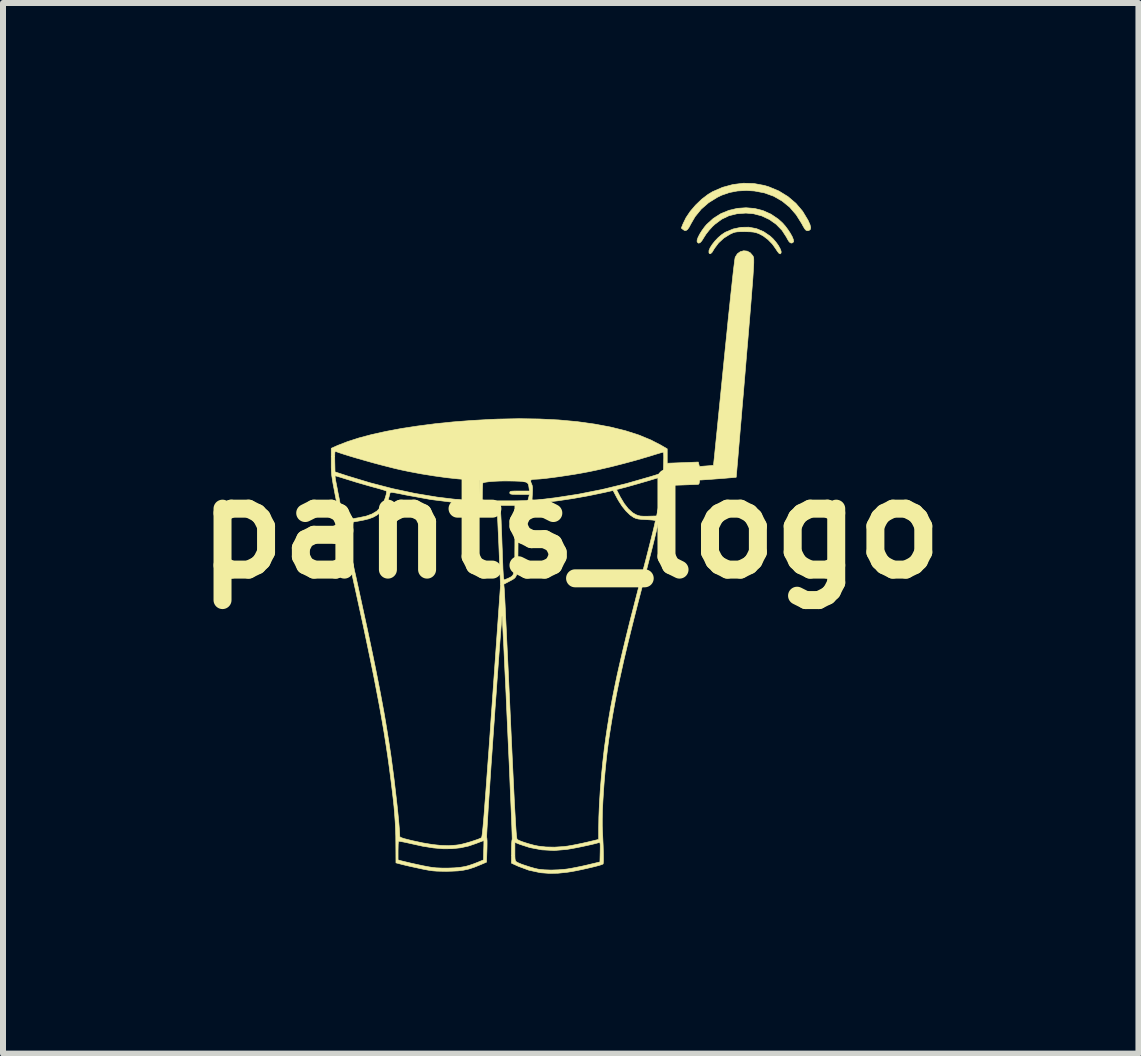
<source format=kicad_pcb>
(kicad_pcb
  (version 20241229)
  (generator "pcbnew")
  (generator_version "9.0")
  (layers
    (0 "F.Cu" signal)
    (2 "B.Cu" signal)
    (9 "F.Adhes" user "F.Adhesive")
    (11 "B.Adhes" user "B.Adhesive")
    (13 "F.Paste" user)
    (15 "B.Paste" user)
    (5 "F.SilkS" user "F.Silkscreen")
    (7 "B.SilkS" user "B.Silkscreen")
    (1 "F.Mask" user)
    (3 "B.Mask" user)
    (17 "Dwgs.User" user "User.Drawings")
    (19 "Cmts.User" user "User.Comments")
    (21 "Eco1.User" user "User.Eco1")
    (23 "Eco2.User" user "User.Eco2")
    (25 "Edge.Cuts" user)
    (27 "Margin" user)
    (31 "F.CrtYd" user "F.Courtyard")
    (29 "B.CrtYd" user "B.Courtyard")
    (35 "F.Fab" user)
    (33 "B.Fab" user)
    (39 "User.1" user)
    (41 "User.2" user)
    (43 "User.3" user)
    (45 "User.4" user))
  (footprint "pants_logo"
    (layer "F.Cu")
    (at 6.466 5.758)
    (property "Reference" "pants_logo" (at 0 0 0) (layer "F.SilkS") (effects (font (size 1.524 1.524) (thickness 0.3))))
    (attr through_hole)
    (fp_poly (pts (xy 3.096 -4.996) (xy 3.215 -4.946) (xy 3.324 -4.872) (xy 3.372 -4.828) (xy 3.42 -4.773) (xy 3.461 -4.717) (xy 3.491 -4.663) (xy 3.508 -4.619) (xy 3.508 -4.591) (xy 3.494 -4.575) (xy 3.474 -4.583) (xy 3.446 -4.617) (xy 3.419 -4.659) (xy 3.362 -4.739) (xy 3.289 -4.814) (xy 3.208 -4.875) (xy 3.136 -4.913) (xy 3.092 -4.928) (xy 3.048 -4.938) (xy 2.996 -4.943) (xy 2.926 -4.945) (xy 2.9 -4.946) (xy 2.83 -4.945) (xy 2.78 -4.943) (xy 2.741 -4.937) (xy 2.706 -4.926) (xy 2.667 -4.908) (xy 2.651 -4.9) (xy 2.552 -4.838) (xy 2.465 -4.758) (xy 2.396 -4.666) (xy 2.387 -4.651) (xy 2.356 -4.6) (xy 2.331 -4.577) (xy 2.313 -4.58) (xy 2.305 -4.593) (xy 2.305 -4.629) (xy 2.324 -4.676) (xy 2.359 -4.731) (xy 2.405 -4.789) (xy 2.459 -4.846) (xy 2.517 -4.895) (xy 2.575 -4.934) (xy 2.579 -4.936) (xy 2.708 -4.99) (xy 2.839 -5.018) (xy 2.969 -5.02) (xy 3.096 -4.996)) (stroke (width 0.01) (type solid)) (fill yes) (layer "F.SilkS"))
    (fp_poly (pts (xy 3.067 -5.332) (xy 3.207 -5.296) (xy 3.339 -5.237) (xy 3.461 -5.154) (xy 3.529 -5.093) (xy 3.576 -5.04) (xy 3.621 -4.98) (xy 3.661 -4.919) (xy 3.693 -4.862) (xy 3.712 -4.814) (xy 3.717 -4.781) (xy 3.716 -4.776) (xy 3.697 -4.759) (xy 3.678 -4.755) (xy 3.658 -4.762) (xy 3.636 -4.785) (xy 3.61 -4.829) (xy 3.599 -4.851) (xy 3.523 -4.968) (xy 3.426 -5.068) (xy 3.313 -5.148) (xy 3.186 -5.208) (xy 3.049 -5.244) (xy 2.921 -5.255) (xy 2.772 -5.244) (xy 2.638 -5.211) (xy 2.517 -5.153) (xy 2.404 -5.069) (xy 2.363 -5.031) (xy 2.307 -4.969) (xy 2.256 -4.904) (xy 2.219 -4.846) (xy 2.218 -4.844) (xy 2.184 -4.79) (xy 2.154 -4.759) (xy 2.128 -4.754) (xy 2.109 -4.774) (xy 2.107 -4.779) (xy 2.108 -4.807) (xy 2.124 -4.852) (xy 2.152 -4.906) (xy 2.189 -4.965) (xy 2.231 -5.023) (xy 2.267 -5.066) (xy 2.379 -5.167) (xy 2.504 -5.246) (xy 2.639 -5.301) (xy 2.779 -5.334) (xy 2.923 -5.344) (xy 3.067 -5.332)) (stroke (width 0.01) (type solid)) (fill yes) (layer "F.SilkS"))
    (fp_poly (pts (xy 3.055 -5.748) (xy 3.228 -5.716) (xy 3.301 -5.694) (xy 3.471 -5.623) (xy 3.622 -5.53) (xy 3.754 -5.418) (xy 3.866 -5.286) (xy 3.957 -5.135) (xy 3.96 -5.128) (xy 3.99 -5.061) (xy 4.001 -5.012) (xy 3.994 -4.981) (xy 3.97 -4.964) (xy 3.968 -4.964) (xy 3.944 -4.961) (xy 3.923 -4.969) (xy 3.902 -4.992) (xy 3.876 -5.035) (xy 3.853 -5.078) (xy 3.761 -5.225) (xy 3.652 -5.352) (xy 3.526 -5.455) (xy 3.385 -5.536) (xy 3.23 -5.592) (xy 3.062 -5.624) (xy 2.928 -5.632) (xy 2.78 -5.624) (xy 2.646 -5.598) (xy 2.518 -5.554) (xy 2.444 -5.518) (xy 2.299 -5.428) (xy 2.176 -5.321) (xy 2.074 -5.196) (xy 2.008 -5.083) (xy 1.974 -5.019) (xy 1.946 -4.98) (xy 1.921 -4.964) (xy 1.896 -4.966) (xy 1.876 -4.979) (xy 1.844 -5.005) (xy 1.871 -5.073) (xy 1.922 -5.178) (xy 1.994 -5.285) (xy 2.083 -5.389) (xy 2.183 -5.485) (xy 2.289 -5.566) (xy 2.365 -5.612) (xy 2.531 -5.684) (xy 2.703 -5.731) (xy 2.879 -5.753) (xy 3.055 -5.748)) (stroke (width 0.01) (type solid)) (fill yes) (layer "F.SilkS"))
    (fp_poly (pts (xy 2.942 -4.621) (xy 2.994 -4.593) (xy 3.036 -4.544) (xy 3.043 -4.531) (xy 3.046 -4.523) (xy 3.049 -4.513) (xy 3.051 -4.5) (xy 3.052 -4.481) (xy 3.052 -4.456) (xy 3.052 -4.423) (xy 3.05 -4.381) (xy 3.047 -4.328) (xy 3.043 -4.262) (xy 3.038 -4.183) (xy 3.031 -4.089) (xy 3.022 -3.978) (xy 3.012 -3.848) (xy 3 -3.699) (xy 2.986 -3.529) (xy 2.97 -3.337) (xy 2.952 -3.12) (xy 2.931 -2.878) (xy 2.914 -2.668) (xy 2.895 -2.444) (xy 2.877 -2.229) (xy 2.859 -2.023) (xy 2.843 -1.828) (xy 2.827 -1.646) (xy 2.813 -1.478) (xy 2.8 -1.327) (xy 2.789 -1.193) (xy 2.779 -1.079) (xy 2.771 -0.986) (xy 2.765 -0.916) (xy 2.761 -0.87) (xy 2.759 -0.851) (xy 2.759 -0.85) (xy 2.745 -0.849) (xy 2.708 -0.845) (xy 2.653 -0.841) (xy 2.585 -0.835) (xy 2.508 -0.829) (xy 2.428 -0.823) (xy 2.35 -0.817) (xy 2.279 -0.812) (xy 2.219 -0.808) (xy 2.176 -0.805) (xy 2.155 -0.805) (xy 2.148 -0.792) (xy 2.145 -0.769) (xy 2.139 -0.742) (xy 2.127 -0.732) (xy 2.108 -0.731) (xy 2.065 -0.729) (xy 2.004 -0.727) (xy 1.929 -0.724) (xy 1.85 -0.721) (xy 1.59 -0.713) (xy 1.544 -0.48) (xy 1.526 -0.387) (xy 1.507 -0.297) (xy 1.487 -0.206) (xy 1.465 -0.11) (xy 1.441 -0.008) (xy 1.414 0.103) (xy 1.384 0.227) (xy 1.349 0.367) (xy 1.308 0.524) (xy 1.262 0.703) (xy 1.209 0.906) (xy 1.205 0.924) (xy 1.127 1.223) (xy 1.057 1.498) (xy 0.994 1.75) (xy 0.937 1.984) (xy 0.886 2.2) (xy 0.841 2.403) (xy 0.799 2.594) (xy 0.762 2.776) (xy 0.729 2.951) (xy 0.698 3.123) (xy 0.67 3.293) (xy 0.643 3.465) (xy 0.635 3.519) (xy 0.614 3.678) (xy 0.594 3.848) (xy 0.576 4.024) (xy 0.56 4.202) (xy 0.547 4.378) (xy 0.537 4.546) (xy 0.529 4.703) (xy 0.526 4.844) (xy 0.526 4.964) (xy 0.528 5.024) (xy 0.535 5.168) (xy 0.541 5.295) (xy 0.544 5.402) (xy 0.545 5.487) (xy 0.545 5.55) (xy 0.542 5.587) (xy 0.54 5.597) (xy 0.522 5.606) (xy 0.482 5.619) (xy 0.423 5.635) (xy 0.35 5.653) (xy 0.269 5.672) (xy 0.183 5.691) (xy 0.098 5.709) (xy 0.018 5.724) (xy -0.052 5.735) (xy -0.06 5.736) (xy -0.213 5.752) (xy -0.362 5.754) (xy -0.497 5.744) (xy -0.511 5.742) (xy -0.699 5.701) (xy -0.877 5.635) (xy -0.878 5.634) (xy -0.988 5.584) (xy -0.988 5.391) (xy -0.931 5.391) (xy -0.931 5.459) (xy -0.929 5.505) (xy -0.925 5.533) (xy -0.917 5.551) (xy -0.905 5.562) (xy -0.9 5.566) (xy -0.866 5.582) (xy -0.813 5.604) (xy -0.747 5.626) (xy -0.676 5.649) (xy -0.609 5.668) (xy -0.551 5.682) (xy -0.535 5.685) (xy -0.44 5.695) (xy -0.328 5.699) (xy -0.208 5.695) (xy -0.091 5.685) (xy -0.051 5.68) (xy 0.019 5.668) (xy 0.106 5.651) (xy 0.198 5.632) (xy 0.286 5.612) (xy 0.289 5.611) (xy 0.487 5.564) (xy 0.491 5.398) (xy 0.492 5.328) (xy 0.492 5.281) (xy 0.489 5.254) (xy 0.484 5.242) (xy 0.475 5.239) (xy 0.47 5.241) (xy 0.416 5.256) (xy 0.343 5.274) (xy 0.256 5.293) (xy 0.163 5.313) (xy 0.072 5.331) (xy -0.011 5.346) (xy -0.071 5.356) (xy -0.278 5.373) (xy -0.482 5.362) (xy -0.682 5.324) (xy -0.846 5.271) (xy -0.931 5.237) (xy -0.931 5.391) (xy -0.988 5.391) (xy -0.988 5.39) (xy -0.987 5.319) (xy -0.985 5.259) (xy -0.982 5.215) (xy -0.978 5.192) (xy -0.977 5.191) (xy -0.976 5.176) (xy -0.977 5.136) (xy -0.979 5.071) (xy -0.982 4.985) (xy -0.986 4.878) (xy -0.991 4.753) (xy -0.997 4.611) (xy -1.004 4.456) (xy -1.011 4.288) (xy -1.018 4.111) (xy -1.026 3.925) (xy -1.035 3.733) (xy -1.044 3.537) (xy -1.053 3.338) (xy -1.062 3.14) (xy -1.071 2.943) (xy -1.079 2.751) (xy -1.088 2.564) (xy -1.097 2.385) (xy -1.105 2.216) (xy -1.112 2.059) (xy -1.119 1.916) (xy -1.126 1.788) (xy -1.131 1.679) (xy -1.136 1.589) (xy -1.14 1.522) (xy -1.143 1.478) (xy -1.145 1.461) (xy -1.147 1.471) (xy -1.15 1.508) (xy -1.155 1.57) (xy -1.162 1.656) (xy -1.17 1.763) (xy -1.18 1.89) (xy -1.191 2.035) (xy -1.203 2.198) (xy -1.216 2.375) (xy -1.23 2.567) (xy -1.244 2.77) (xy -1.26 2.984) (xy -1.275 3.207) (xy -1.281 3.287) (xy -1.297 3.514) (xy -1.312 3.732) (xy -1.327 3.941) (xy -1.34 4.139) (xy -1.352 4.324) (xy -1.364 4.495) (xy -1.374 4.65) (xy -1.382 4.787) (xy -1.389 4.905) (xy -1.395 5.002) (xy -1.399 5.076) (xy -1.401 5.126) (xy -1.401 5.15) (xy -1.401 5.152) (xy -1.398 5.169) (xy -1.395 5.21) (xy -1.395 5.267) (xy -1.396 5.337) (xy -1.397 5.365) (xy -1.404 5.567) (xy -1.512 5.613) (xy -1.611 5.653) (xy -1.7 5.682) (xy -1.787 5.701) (xy -1.88 5.713) (xy -1.987 5.718) (xy -2.067 5.72) (xy -2.16 5.719) (xy -2.234 5.717) (xy -2.299 5.712) (xy -2.364 5.703) (xy -2.439 5.689) (xy -2.505 5.675) (xy -2.588 5.657) (xy -2.671 5.639) (xy -2.745 5.622) (xy -2.802 5.608) (xy -2.815 5.605) (xy -2.914 5.579) (xy -2.915 5.378) (xy -2.879 5.378) (xy -2.879 5.53) (xy -2.825 5.545) (xy -2.755 5.562) (xy -2.667 5.583) (xy -2.571 5.604) (xy -2.474 5.625) (xy -2.387 5.642) (xy -2.328 5.652) (xy -2.245 5.662) (xy -2.146 5.666) (xy -2.04 5.666) (xy -1.934 5.662) (xy -1.839 5.653) (xy -1.761 5.64) (xy -1.752 5.638) (xy -1.692 5.621) (xy -1.622 5.597) (xy -1.559 5.573) (xy -1.455 5.53) (xy -1.451 5.372) (xy -1.449 5.308) (xy -1.448 5.256) (xy -1.448 5.221) (xy -1.449 5.209) (xy -1.462 5.212) (xy -1.495 5.224) (xy -1.543 5.242) (xy -1.576 5.255) (xy -1.705 5.299) (xy -1.838 5.328) (xy -1.977 5.343) (xy -2.126 5.344) (xy -2.289 5.33) (xy -2.47 5.301) (xy -2.67 5.257) (xy -2.74 5.241) (xy -2.8 5.229) (xy -2.845 5.221) (xy -2.869 5.218) (xy -2.871 5.219) (xy -2.874 5.235) (xy -2.877 5.273) (xy -2.878 5.327) (xy -2.879 5.378) (xy -2.915 5.378) (xy -2.916 5.255) (xy -2.917 5.131) (xy -2.921 5.012) (xy -2.927 4.893) (xy -2.936 4.77) (xy -2.947 4.637) (xy -2.963 4.489) (xy -2.983 4.322) (xy -3 4.184) (xy -3.025 3.99) (xy -3.052 3.795) (xy -3.082 3.598) (xy -3.114 3.395) (xy -3.15 3.185) (xy -3.189 2.966) (xy -3.233 2.735) (xy -3.28 2.49) (xy -3.333 2.229) (xy -3.391 1.95) (xy -3.454 1.65) (xy -3.524 1.328) (xy -3.6 0.981) (xy -3.614 0.919) (xy -3.651 0.748) (xy -3.69 0.572) (xy -3.728 0.395) (xy -3.765 0.222) (xy -3.801 0.057) (xy -3.829 -0.075) (xy -3.766 -0.075) (xy -3.766 -0.061) (xy -3.762 -0.037) (xy -3.756 -0.002) (xy -3.747 0.046) (xy -3.734 0.109) (xy -3.717 0.189) (xy -3.696 0.288) (xy -3.67 0.408) (xy -3.638 0.551) (xy -3.602 0.718) (xy -3.584 0.797) (xy -3.515 1.112) (xy -3.452 1.402) (xy -3.394 1.668) (xy -3.342 1.914) (xy -3.294 2.142) (xy -3.251 2.353) (xy -3.212 2.55) (xy -3.176 2.735) (xy -3.143 2.911) (xy -3.112 3.079) (xy -3.084 3.242) (xy -3.058 3.402) (xy -3.032 3.562) (xy -3.008 3.723) (xy -3 3.775) (xy -2.983 3.9) (xy -2.965 4.035) (xy -2.946 4.178) (xy -2.929 4.324) (xy -2.912 4.469) (xy -2.896 4.61) (xy -2.882 4.743) (xy -2.87 4.864) (xy -2.861 4.97) (xy -2.854 5.057) (xy -2.851 5.12) (xy -2.851 5.138) (xy -2.844 5.148) (xy -2.821 5.16) (xy -2.78 5.174) (xy -2.717 5.19) (xy -2.65 5.207) (xy -2.468 5.246) (xy -2.308 5.273) (xy -2.166 5.288) (xy -2.037 5.292) (xy -1.919 5.284) (xy -1.863 5.277) (xy -1.81 5.266) (xy -1.745 5.249) (xy -1.675 5.229) (xy -1.608 5.207) (xy -1.549 5.187) (xy -1.506 5.169) (xy -1.489 5.16) (xy -1.486 5.154) (xy -1.482 5.14) (xy -1.478 5.118) (xy -1.474 5.085) (xy -1.469 5.04) (xy -1.463 4.983) (xy -1.457 4.912) (xy -1.449 4.826) (xy -1.441 4.723) (xy -1.432 4.602) (xy -1.421 4.463) (xy -1.409 4.303) (xy -1.396 4.121) (xy -1.381 3.917) (xy -1.364 3.689) (xy -1.346 3.436) (xy -1.327 3.157) (xy -1.319 3.049) (xy -1.171 0.954) (xy -1.172 0.933) (xy -1.116 0.933) (xy -1.108 1.014) (xy -1.107 1.037) (xy -1.104 1.087) (xy -1.1 1.161) (xy -1.095 1.259) (xy -1.089 1.379) (xy -1.083 1.519) (xy -1.075 1.676) (xy -1.067 1.851) (xy -1.058 2.04) (xy -1.048 2.243) (xy -1.038 2.457) (xy -1.028 2.681) (xy -1.017 2.914) (xy -1.007 3.133) (xy -0.994 3.418) (xy -0.982 3.676) (xy -0.971 3.909) (xy -0.961 4.118) (xy -0.952 4.303) (xy -0.944 4.467) (xy -0.937 4.609) (xy -0.93 4.733) (xy -0.924 4.839) (xy -0.919 4.928) (xy -0.914 5.001) (xy -0.91 5.06) (xy -0.906 5.107) (xy -0.902 5.141) (xy -0.899 5.166) (xy -0.896 5.181) (xy -0.893 5.188) (xy -0.892 5.189) (xy -0.864 5.204) (xy -0.815 5.224) (xy -0.752 5.245) (xy -0.682 5.266) (xy -0.612 5.285) (xy -0.549 5.298) (xy -0.546 5.299) (xy -0.416 5.314) (xy -0.271 5.317) (xy -0.121 5.308) (xy -0.05 5.299) (xy 0.02 5.287) (xy 0.107 5.27) (xy 0.198 5.251) (xy 0.278 5.233) (xy 0.466 5.188) (xy 0.466 5.01) (xy 0.469 4.817) (xy 0.478 4.602) (xy 0.492 4.374) (xy 0.511 4.138) (xy 0.534 3.901) (xy 0.56 3.671) (xy 0.586 3.482) (xy 0.611 3.314) (xy 0.638 3.147) (xy 0.667 2.979) (xy 0.7 2.807) (xy 0.736 2.629) (xy 0.775 2.442) (xy 0.82 2.244) (xy 0.869 2.033) (xy 0.924 1.805) (xy 0.985 1.558) (xy 1.054 1.289) (xy 1.129 0.997) (xy 1.15 0.917) (xy 1.204 0.708) (xy 1.253 0.521) (xy 1.295 0.356) (xy 1.331 0.214) (xy 1.361 0.095) (xy 1.384 0.001) (xy 1.4 -0.068) (xy 1.409 -0.111) (xy 1.411 -0.126) (xy 1.398 -0.132) (xy 1.362 -0.137) (xy 1.31 -0.141) (xy 1.259 -0.144) (xy 1.183 -0.148) (xy 1.127 -0.154) (xy 1.085 -0.165) (xy 1.05 -0.18) (xy 1.05 -0.18) (xy 0.989 -0.222) (xy 0.923 -0.286) (xy 0.858 -0.366) (xy 0.799 -0.457) (xy 0.773 -0.503) (xy 0.706 -0.63) (xy 0.561 -0.597) (xy 0.306 -0.544) (xy 0.039 -0.496) (xy -0.228 -0.456) (xy -0.483 -0.426) (xy -0.508 -0.424) (xy -0.585 -0.416) (xy -0.667 -0.406) (xy -0.739 -0.397) (xy -0.765 -0.394) (xy -0.874 -0.378) (xy -0.878 0.191) (xy -0.879 0.339) (xy -0.88 0.461) (xy -0.881 0.56) (xy -0.884 0.64) (xy -0.889 0.702) (xy -0.896 0.75) (xy -0.906 0.786) (xy -0.919 0.812) (xy -0.937 0.833) (xy -0.959 0.849) (xy -0.987 0.865) (xy -1.021 0.883) (xy -1.028 0.887) (xy -1.116 0.933) (xy -1.172 0.933) (xy -1.198 0.292) (xy -1.204 0.158) (xy -1.21 0.033) (xy -1.215 -0.081) (xy -1.22 -0.18) (xy -1.225 -0.262) (xy -1.229 -0.324) (xy -1.232 -0.364) (xy -1.234 -0.378) (xy -1.25 -0.381) (xy -1.175 -0.381) (xy -1.167 -0.243) (xy -1.164 -0.194) (xy -1.16 -0.122) (xy -1.157 -0.031) (xy -1.152 0.074) (xy -1.148 0.187) (xy -1.144 0.305) (xy -1.142 0.346) (xy -1.138 0.482) (xy -1.133 0.593) (xy -1.13 0.68) (xy -1.126 0.747) (xy -1.123 0.796) (xy -1.119 0.829) (xy -1.115 0.849) (xy -1.111 0.859) (xy -1.107 0.861) (xy -1.092 0.855) (xy -1.059 0.841) (xy -1.036 0.831) (xy -1.011 0.819) (xy -0.99 0.807) (xy -0.973 0.792) (xy -0.96 0.773) (xy -0.95 0.745) (xy -0.943 0.707) (xy -0.937 0.656) (xy -0.934 0.589) (xy -0.932 0.503) (xy -0.932 0.396) (xy -0.931 0.266) (xy -0.931 -0.381) (xy -1.175 -0.381) (xy -1.25 -0.381) (xy -1.25 -0.381) (xy -1.29 -0.385) (xy -1.348 -0.389) (xy -1.421 -0.394) (xy -1.499 -0.398) (xy -1.919 -0.427) (xy -2.332 -0.479) (xy -2.75 -0.555) (xy -2.794 -0.564) (xy -2.866 -0.579) (xy -2.928 -0.59) (xy -2.975 -0.598) (xy -3.002 -0.6) (xy -3.005 -0.6) (xy -3.014 -0.583) (xy -3.023 -0.549) (xy -3.025 -0.539) (xy -3.045 -0.468) (xy -3.082 -0.39) (xy -3.129 -0.317) (xy -3.18 -0.259) (xy -3.184 -0.255) (xy -3.236 -0.216) (xy -3.295 -0.184) (xy -3.368 -0.157) (xy -3.458 -0.135) (xy -3.57 -0.114) (xy -3.578 -0.113) (xy -3.645 -0.102) (xy -3.702 -0.093) (xy -3.743 -0.087) (xy -3.762 -0.085) (xy -3.762 -0.085) (xy -3.765 -0.083) (xy -3.766 -0.075) (xy -3.829 -0.075) (xy -3.833 -0.097) (xy -3.862 -0.234) (xy -3.886 -0.352) (xy -3.903 -0.433) (xy -3.928 -0.558) (xy -3.947 -0.659) (xy -3.963 -0.741) (xy -3.974 -0.809) (xy -3.982 -0.863) (xy -3.929 -0.863) (xy -3.926 -0.836) (xy -3.92 -0.799) (xy -3.909 -0.743) (xy -3.895 -0.672) (xy -3.88 -0.592) (xy -3.863 -0.507) (xy -3.846 -0.421) (xy -3.829 -0.339) (xy -3.815 -0.266) (xy -3.803 -0.206) (xy -3.794 -0.165) (xy -3.79 -0.146) (xy -3.79 -0.146) (xy -3.775 -0.136) (xy -3.738 -0.14) (xy -3.73 -0.142) (xy -3.692 -0.149) (xy -3.636 -0.159) (xy -3.571 -0.17) (xy -3.535 -0.176) (xy -3.412 -0.202) (xy -3.313 -0.238) (xy -3.234 -0.285) (xy -3.173 -0.347) (xy -3.13 -0.414) (xy -3.109 -0.461) (xy -3.091 -0.513) (xy -3.077 -0.562) (xy -3.07 -0.6) (xy -3.072 -0.621) (xy -3.073 -0.622) (xy -3.09 -0.628) (xy -3.128 -0.64) (xy -3.184 -0.657) (xy -3.252 -0.676) (xy -3.28 -0.683) (xy -3.369 -0.708) (xy -3.473 -0.738) (xy -3.58 -0.769) (xy -3.679 -0.8) (xy -3.699 -0.806) (xy -3.773 -0.829) (xy -3.837 -0.849) (xy -3.887 -0.864) (xy -3.918 -0.873) (xy -3.926 -0.875) (xy -3.929 -0.863) (xy -3.982 -0.863) (xy -3.983 -0.865) (xy -3.988 -0.915) (xy -3.991 -0.963) (xy -3.993 -1.012) (xy -3.993 -1.068) (xy -3.993 -1.11) (xy -3.993 -1.192) (xy -3.935 -1.192) (xy -3.934 -1.12) (xy -3.934 -1.114) (xy -3.93 -0.94) (xy -3.722 -0.872) (xy -3.349 -0.759) (xy -2.972 -0.661) (xy -2.598 -0.581) (xy -2.232 -0.52) (xy -1.968 -0.488) (xy -1.865 -0.477) (xy -1.785 -0.469) (xy -1.723 -0.463) (xy -1.674 -0.459) (xy -1.633 -0.456) (xy -1.595 -0.454) (xy -1.587 -0.454) (xy -1.531 -0.452) (xy -1.531 -0.473) (xy -1.475 -0.473) (xy -1.425 -0.464) (xy -1.398 -0.461) (xy -1.35 -0.459) (xy -1.285 -0.458) (xy -1.208 -0.457) (xy -1.123 -0.457) (xy -1.036 -0.457) (xy -0.95 -0.457) (xy -0.871 -0.458) (xy -0.804 -0.46) (xy -0.753 -0.462) (xy -0.722 -0.464) (xy -0.715 -0.466) (xy -0.708 -0.483) (xy -0.7 -0.516) (xy -0.699 -0.519) (xy -0.689 -0.564) (xy -0.853 -0.564) (xy -0.923 -0.565) (xy -0.969 -0.566) (xy -0.997 -0.57) (xy -1.011 -0.576) (xy -1.016 -0.586) (xy -1.016 -0.593) (xy -1.014 -0.605) (xy -1.006 -0.613) (xy -0.986 -0.618) (xy -0.951 -0.62) (xy -0.894 -0.621) (xy -0.852 -0.621) (xy -0.688 -0.621) (xy -0.696 -0.679) (xy -0.701 -0.714) (xy -0.71 -0.74) (xy -0.726 -0.758) (xy -0.752 -0.771) (xy -0.793 -0.779) (xy -0.813 -0.781) (xy -0.669 -0.781) (xy -0.656 -0.747) (xy -0.643 -0.716) (xy -0.637 -0.678) (xy -0.637 -0.627) (xy -0.639 -0.582) (xy -0.646 -0.463) (xy -0.559 -0.472) (xy -0.514 -0.477) (xy -0.448 -0.485) (xy -0.37 -0.495) (xy -0.286 -0.505) (xy -0.254 -0.509) (xy 0.128 -0.568) (xy 0.516 -0.645) (xy 0.763 -0.645) (xy 0.827 -0.52) (xy 0.891 -0.413) (xy 0.96 -0.325) (xy 1.032 -0.259) (xy 1.087 -0.227) (xy 1.122 -0.213) (xy 1.16 -0.204) (xy 1.208 -0.201) (xy 1.275 -0.201) (xy 1.291 -0.201) (xy 1.432 -0.205) (xy 1.491 -0.494) (xy 1.509 -0.583) (xy 1.525 -0.666) (xy 1.538 -0.737) (xy 1.547 -0.791) (xy 1.551 -0.823) (xy 1.551 -0.827) (xy 1.552 -0.871) (xy 1.309 -0.797) (xy 1.216 -0.77) (xy 1.12 -0.742) (xy 1.028 -0.716) (xy 0.95 -0.694) (xy 0.914 -0.684) (xy 0.763 -0.645) (xy 0.516 -0.645) (xy 0.523 -0.646) (xy 0.924 -0.744) (xy 1.328 -0.86) (xy 1.39 -0.879) (xy 1.545 -0.928) (xy 1.549 -1.101) (xy 1.551 -1.173) (xy 1.55 -1.221) (xy 1.548 -1.25) (xy 1.543 -1.264) (xy 1.535 -1.268) (xy 1.528 -1.266) (xy 1.507 -1.26) (xy 1.463 -1.247) (xy 1.403 -1.229) (xy 1.33 -1.206) (xy 1.266 -1.187) (xy 1.082 -1.133) (xy 0.882 -1.079) (xy 0.679 -1.027) (xy 0.485 -0.982) (xy 0.417 -0.967) (xy 0.307 -0.944) (xy 0.185 -0.921) (xy 0.058 -0.899) (xy -0.072 -0.879) (xy -0.198 -0.86) (xy -0.317 -0.844) (xy -0.423 -0.831) (xy -0.511 -0.822) (xy -0.578 -0.818) (xy -0.586 -0.818) (xy -0.637 -0.815) (xy -0.664 -0.803) (xy -0.669 -0.781) (xy -0.813 -0.781) (xy -0.852 -0.784) (xy -0.933 -0.787) (xy -1.001 -0.788) (xy -1.099 -0.789) (xy -1.194 -0.787) (xy -1.282 -0.783) (xy -1.357 -0.777) (xy -1.416 -0.769) (xy -1.454 -0.761) (xy -1.465 -0.755) (xy -1.468 -0.739) (xy -1.47 -0.702) (xy -1.472 -0.649) (xy -1.473 -0.611) (xy -1.475 -0.473) (xy -1.531 -0.473) (xy -1.525 -0.8) (xy -1.702 -0.81) (xy -1.877 -0.823) (xy -2.072 -0.844) (xy -2.279 -0.873) (xy -2.492 -0.907) (xy -2.704 -0.947) (xy -2.836 -0.975) (xy -2.936 -0.998) (xy -3.05 -1.027) (xy -3.175 -1.059) (xy -3.305 -1.094) (xy -3.436 -1.131) (xy -3.562 -1.167) (xy -3.68 -1.202) (xy -3.783 -1.234) (xy -3.868 -1.262) (xy -3.917 -1.28) (xy -3.926 -1.279) (xy -3.932 -1.267) (xy -3.934 -1.239) (xy -3.935 -1.192) (xy -3.993 -1.192) (xy -3.993 -1.333) (xy -3.886 -1.381) (xy -3.721 -1.445) (xy -3.531 -1.506) (xy -3.317 -1.563) (xy -3.081 -1.615) (xy -2.826 -1.663) (xy -2.553 -1.705) (xy -2.266 -1.742) (xy -1.965 -1.773) (xy -1.653 -1.797) (xy -1.333 -1.815) (xy -1.214 -1.82) (xy -0.861 -1.827) (xy -0.523 -1.822) (xy -0.2 -1.806) (xy 0.106 -1.778) (xy 0.394 -1.738) (xy 0.662 -1.688) (xy 0.91 -1.627) (xy 1.135 -1.555) (xy 1.336 -1.472) (xy 1.499 -1.388) (xy 1.609 -1.324) (xy 1.609 -1.084) (xy 1.868 -1.094) (xy 2.127 -1.104) (xy 2.136 -1.067) (xy 2.146 -1.03) (xy 2.262 -1.039) (xy 2.315 -1.043) (xy 2.356 -1.047) (xy 2.378 -1.05) (xy 2.38 -1.05) (xy 2.382 -1.064) (xy 2.386 -1.104) (xy 2.393 -1.169) (xy 2.402 -1.257) (xy 2.413 -1.367) (xy 2.426 -1.496) (xy 2.441 -1.642) (xy 2.457 -1.805) (xy 2.475 -1.982) (xy 2.494 -2.172) (xy 2.514 -2.373) (xy 2.535 -2.584) (xy 2.553 -2.763) (xy 2.579 -3.022) (xy 2.604 -3.265) (xy 2.626 -3.489) (xy 2.648 -3.694) (xy 2.667 -3.879) (xy 2.685 -4.043) (xy 2.7 -4.184) (xy 2.713 -4.302) (xy 2.725 -4.396) (xy 2.733 -4.464) (xy 2.74 -4.507) (xy 2.743 -4.52) (xy 2.779 -4.577) (xy 2.828 -4.612) (xy 2.884 -4.627) (xy 2.942 -4.621)) (stroke (width 0.01) (type solid)) (fill yes) (layer "F.SilkS")))
  (gr_rect
    (start -3 -3)
    (end 15.932 14.517)
    (stroke (width 0.1) (type default))
    (fill no)
    (layer "Edge.Cuts")))
</source>
